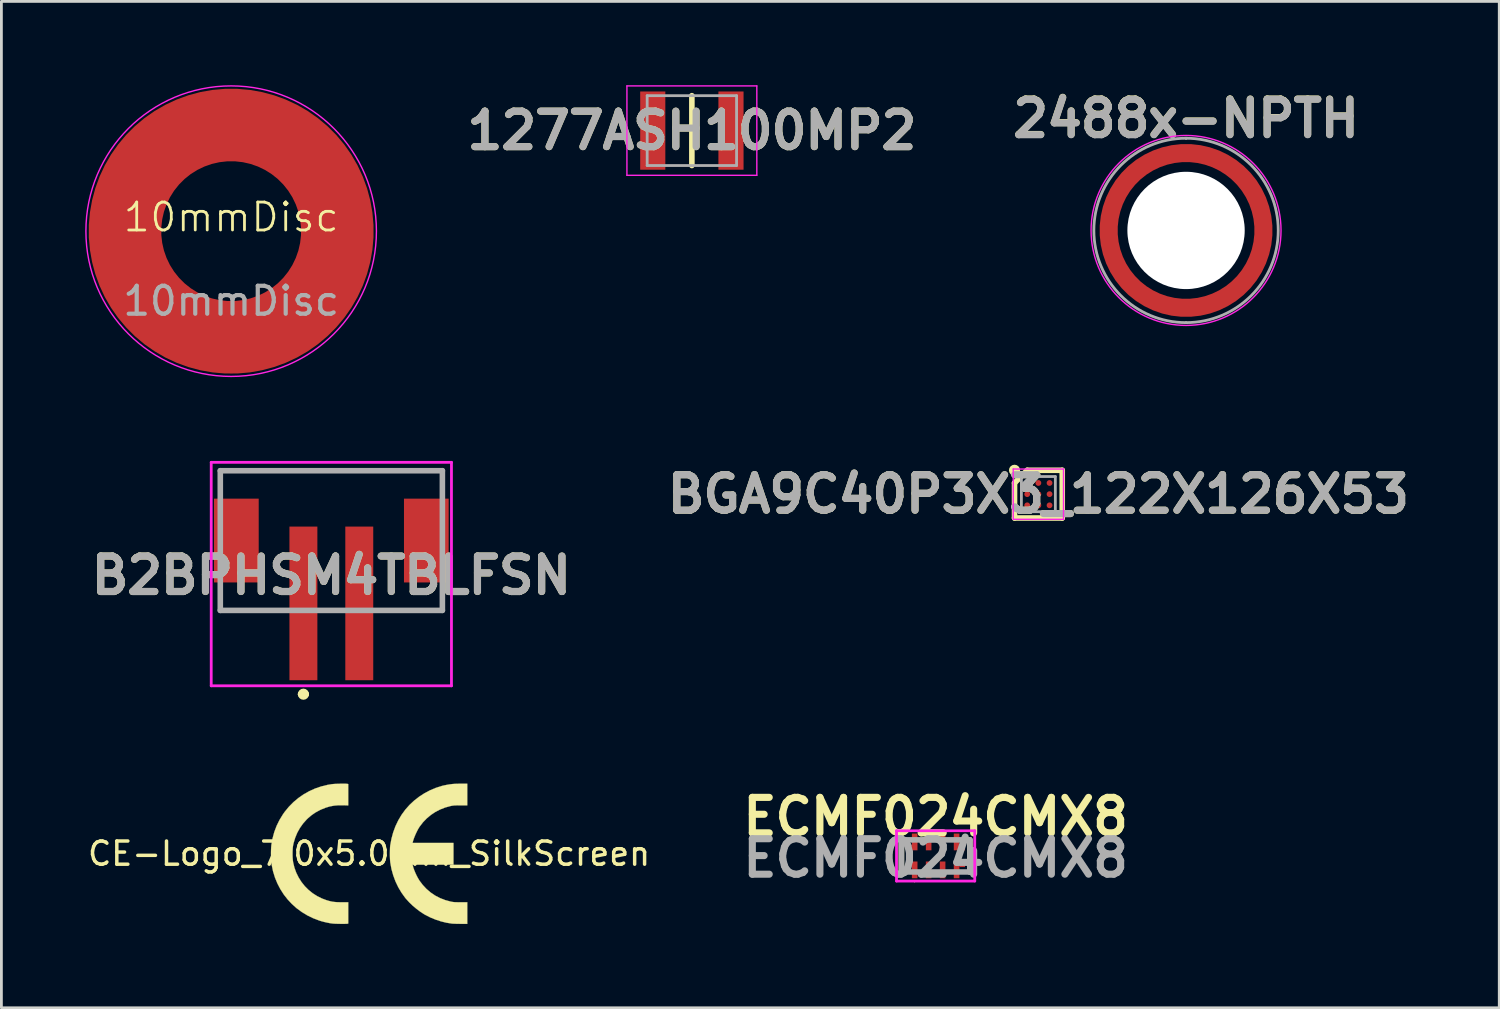
<source format=kicad_pcb>
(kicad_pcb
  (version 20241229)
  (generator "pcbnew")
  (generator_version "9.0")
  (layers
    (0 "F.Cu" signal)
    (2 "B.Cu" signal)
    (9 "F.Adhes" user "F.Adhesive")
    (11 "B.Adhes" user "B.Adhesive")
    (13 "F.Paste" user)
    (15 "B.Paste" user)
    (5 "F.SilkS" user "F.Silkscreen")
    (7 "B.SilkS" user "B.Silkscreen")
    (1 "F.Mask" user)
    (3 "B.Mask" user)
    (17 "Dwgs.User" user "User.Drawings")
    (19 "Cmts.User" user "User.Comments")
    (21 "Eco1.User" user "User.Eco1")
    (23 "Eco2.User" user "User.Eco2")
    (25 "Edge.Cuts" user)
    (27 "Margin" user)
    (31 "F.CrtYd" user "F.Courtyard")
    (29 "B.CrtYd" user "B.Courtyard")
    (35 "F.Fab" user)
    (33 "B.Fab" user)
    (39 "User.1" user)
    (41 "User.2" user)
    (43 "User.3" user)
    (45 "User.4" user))
  (footprint "ECMF024CMX8"
    (layer "F.Cu")
    (at 30.443 27.589)
    (property "Reference" "ECMF024CMX8" (at 0 -1.4 0) (layer "F.SilkS") (effects (font (size 1.27 1.27) (thickness 0.254))))
    (attr smd)
    (fp_line (start -1.225 -0.575) (end -1.225 0.575) (stroke (width 0.2) (type solid)) (layer "F.SilkS"))
    (fp_line (start -0.76 0.955) (end -0.76 0.955) (stroke (width 0.01) (type solid)) (layer "F.SilkS"))
    (fp_line (start -0.75 0.955) (end -0.75 0.955) (stroke (width 0.01) (type solid)) (layer "F.SilkS"))
    (fp_line (start 1.225 -0.575) (end 1.225 0.575) (stroke (width 0.2) (type solid)) (layer "F.SilkS"))
    (fp_arc (start -0.76 0.955) (mid -0.755 0.95) (end -0.75 0.955) (stroke (width 0.0102) (type solid)) (layer "F.SilkS"))
    (fp_arc (start -0.75 0.955) (mid -0.755 0.96) (end -0.76 0.955) (stroke (width 0.0102) (type solid)) (layer "F.SilkS"))
    (fp_line (start -1.4 -0.9) (end 1.4 -0.9) (stroke (width 0.1) (type solid)) (layer "F.CrtYd"))
    (fp_line (start -1.4 0.9) (end -1.4 -0.9) (stroke (width 0.1) (type solid)) (layer "F.CrtYd"))
    (fp_line (start 1.4 -0.9) (end 1.4 0.9) (stroke (width 0.1) (type solid)) (layer "F.CrtYd"))
    (fp_line (start 1.4 0.9) (end -1.4 0.9) (stroke (width 0.1) (type solid)) (layer "F.CrtYd"))
    (fp_line (start -1.225 -0.575) (end 1.225 -0.575) (stroke (width 0.2) (type solid)) (layer "F.Fab"))
    (fp_line (start -1.225 0.575) (end -1.225 -0.575) (stroke (width 0.2) (type solid)) (layer "F.Fab"))
    (fp_line (start 1.225 -0.575) (end 1.225 0.575) (stroke (width 0.2) (type solid)) (layer "F.Fab"))
    (fp_line (start 1.225 0.575) (end -1.225 0.575) (stroke (width 0.2) (type solid)) (layer "F.Fab"))
    (fp_text user "${REFERENCE}" (at 0 0.08 0) (layer "F.Fab") (effects (font (size 1.27 1.27) (thickness 0.254))))
    (pad "1" smd rect (at -0.75 0.5) (size 0.2 0.6) (layers "F.Cu" "F.Mask" "F.Paste"))
    (pad "2" smd rect (at -0.25 0.5) (size 0.2 0.6) (layers "F.Cu" "F.Mask" "F.Paste"))
    (pad "3" smd rect (at 0.25 0.5) (size 0.2 0.6) (layers "F.Cu" "F.Mask" "F.Paste"))
    (pad "4" smd rect (at 0.75 0.5) (size 0.2 0.6) (layers "F.Cu" "F.Mask" "F.Paste"))
    (pad "5" smd rect (at 0.75 -0.5) (size 0.2 0.6) (layers "F.Cu" "F.Mask" "F.Paste"))
    (pad "6" smd rect (at 0.25 -0.5) (size 0.2 0.6) (layers "F.Cu" "F.Mask" "F.Paste"))
    (pad "7" smd rect (at -0.25 -0.5) (size 0.2 0.6) (layers "F.Cu" "F.Mask" "F.Paste"))
    (pad "8" smd rect (at -0.75 -0.5) (size 0.2 0.6) (layers "F.Cu" "F.Mask" "F.Paste"))
    (pad "9" smd rect (at -0.95 -0.3 90) (size 0.2 0.2) (layers "F.Cu" "F.Mask" "F.Paste"))
    (pad "10" smd rect (at -0.95 0.3 90) (size 0.2 0.2) (layers "F.Cu" "F.Mask" "F.Paste"))
    (pad "11" smd rect (at 0.95 0.3 90) (size 0.2 0.2) (layers "F.Cu" "F.Mask" "F.Paste"))
    (pad "12" smd rect (at 0.95 -0.3 90) (size 0.2 0.2) (layers "F.Cu" "F.Mask" "F.Paste")))
  (footprint "BGA9C40P3X3_122X126X53"
    (layer "F.Cu")
    (at 34.121 14.639)
    (property "Reference" "BGA9C40P3X3_122X126X53" (at 0 0 0) (layer "F.SilkS") (effects (font (size 1.27 1.27) (thickness 0.254))))
    (attr smd)
    (fp_line (start -0.854 -0.4) (end -0.4 -0.854) (stroke (width 0.2) (type solid)) (layer "F.SilkS"))
    (fp_line (start -0.854 0.854) (end -0.854 -0.4) (stroke (width 0.2) (type solid)) (layer "F.SilkS"))
    (fp_line (start -0.4 -0.854) (end 0.854 -0.854) (stroke (width 0.2) (type solid)) (layer "F.SilkS"))
    (fp_line (start 0.854 -0.854) (end 0.854 0.854) (stroke (width 0.2) (type solid)) (layer "F.SilkS"))
    (fp_line (start 0.854 0.854) (end -0.854 0.854) (stroke (width 0.2) (type solid)) (layer "F.SilkS"))
    (fp_circle (center -0.854 -0.854) (end -0.854 -0.754) (stroke (width 0.2) (type solid)) (fill no) (layer "F.SilkS"))
    (fp_line (start -0.9 -0.9) (end 0.9 -0.9) (stroke (width 0.05) (type solid)) (layer "F.CrtYd"))
    (fp_line (start -0.9 0.9) (end -0.9 -0.9) (stroke (width 0.05) (type solid)) (layer "F.CrtYd"))
    (fp_line (start 0.9 -0.9) (end 0.9 0.9) (stroke (width 0.05) (type solid)) (layer "F.CrtYd"))
    (fp_line (start 0.9 0.9) (end -0.9 0.9) (stroke (width 0.05) (type solid)) (layer "F.CrtYd"))
    (fp_line (start -0.608 -0.63) (end 0.607 -0.63) (stroke (width 0.1) (type solid)) (layer "F.Fab"))
    (fp_line (start -0.608 -0.315) (end -0.293 -0.63) (stroke (width 0.1) (type solid)) (layer "F.Fab"))
    (fp_line (start -0.608 0.63) (end -0.608 -0.63) (stroke (width 0.1) (type solid)) (layer "F.Fab"))
    (fp_line (start 0.607 -0.63) (end 0.607 0.63) (stroke (width 0.1) (type solid)) (layer "F.Fab"))
    (fp_line (start 0.607 0.63) (end -0.608 0.63) (stroke (width 0.1) (type solid)) (layer "F.Fab"))
    (fp_text user "${REFERENCE}" (at 0 0 0) (layer "F.Fab") (effects (font (size 1.27 1.27) (thickness 0.254))))
    (pad "A1" smd circle (at -0.4 -0.4 90) (size 0.208 0.208) (layers "F.Cu" "F.Mask" "F.Paste"))
    (pad "A2" smd circle (at 0 -0.4 90) (size 0.208 0.208) (layers "F.Cu" "F.Mask" "F.Paste"))
    (pad "A3" smd circle (at 0.4 -0.4 90) (size 0.208 0.208) (layers "F.Cu" "F.Mask" "F.Paste"))
    (pad "B1" smd circle (at -0.4 0 90) (size 0.208 0.208) (layers "F.Cu" "F.Mask" "F.Paste"))
    (pad "B2" smd circle (at 0 0 90) (size 0.208 0.208) (layers "F.Cu" "F.Mask" "F.Paste"))
    (pad "B3" smd circle (at 0.4 0 90) (size 0.208 0.208) (layers "F.Cu" "F.Mask" "F.Paste"))
    (pad "C1" smd circle (at -0.4 0.4 90) (size 0.208 0.208) (layers "F.Cu" "F.Mask" "F.Paste"))
    (pad "C2" smd circle (at 0 0.4 90) (size 0.208 0.208) (layers "F.Cu" "F.Mask" "F.Paste"))
    (pad "C3" smd circle (at 0.4 0.4 90) (size 0.208 0.208) (layers "F.Cu" "F.Mask" "F.Paste")))
  (footprint "2488x-NPTH"
    (layer "F.Cu")
    (at 39.407 5.199)
    (property "Reference" "2488x-NPTH" (at 0 -4.01 0) (layer "F.SilkS") (effects (font (size 1.27 1.27) (thickness 0.254))))
    (attr through_hole)
    (fp_circle (center 0 0) (end 3.4 0) (stroke (width 0.05) (type default)) (fill no) (layer "F.CrtYd"))
    (fp_line (start 0 -3.3) (end 0 -3.3) (stroke (width 0.1) (type solid)) (layer "F.Fab"))
    (fp_arc (start 0 -3.3) (mid 3.3 0) (end 0 3.3) (stroke (width 0.1) (type solid)) (layer "F.Fab"))
    (fp_arc (start 0 3.3) (mid -3.3 0) (end 0 -3.3) (stroke (width 0.1) (type solid)) (layer "F.Fab"))
    (fp_text user "${REFERENCE}" (at 0 -4 0) (layer "F.Fab") (effects (font (size 1.27 1.27) (thickness 0.254))))
    (pad "" np_thru_hole circle (at 0 0) (size 4.2 4.2) (drill 4.2) (layers "*.Cu" "*.Mask"))
    (pad "1" smd custom (at 0 -2.75) (size 0.6 0.6) (layers "F.Cu" "F.Mask" "F.Paste") (options (anchor circle)) (primitives (gr_circle (center 0 2.75) (end 2.77 2.75) (width 0.65) (fill no)))))
  (footprint "10mmDisc"
    (layer "F.Cu")
    (at 5.225 5.225)
    (property "Reference" "10mmDisc" (at 0 -0.5 0) (unlocked yes) (layer "F.SilkS") (effects (font (size 1 1) (thickness 0.1))))
    (attr smd)
    (fp_circle (center 0 0) (end 5.2 0) (stroke (width 0.05) (type default)) (fill no) (layer "F.CrtYd"))
    (fp_text user "${REFERENCE}" (at 0 2.5 0) (unlocked yes) (layer "F.Fab") (effects (font (size 1 1) (thickness 0.15))))
    (pad "1" smd custom (at 0 4.75) (size 0.7 0.7) (layers "F.Cu" "F.Mask" "F.Paste") (options (anchor circle)) (primitives (gr_circle (center 0 -4.75) (end 3.8 -4.75) (width 2.6) (fill no)))))
  (footprint "CE-Logo_7.0x5.0mm_SilkScreen"
    (layer "F.Cu")
    (at 10.163 27.508)
    (property "Reference" "CE-Logo_7.0x5.0mm_SilkScreen" (at 0 0 0) (layer "F.SilkS") (effects (font (size 0.83 0.83) (thickness 0.124))))
    (attr exclude_from_pos_files exclude_from_bom)
    (fp_poly (pts (xy -0.88 -2.503) (xy -0.827 -2.502) (xy -0.788 -2.499) (xy -0.771 -2.497) (xy -0.747 -2.49) (xy -0.747 -1.726) (xy -0.921 -1.732) (xy -1.095 -1.732) (xy -1.256 -1.718) (xy -1.409 -1.689) (xy -1.559 -1.644) (xy -1.71 -1.583) (xy -1.773 -1.553) (xy -1.923 -1.471) (xy -2.058 -1.378) (xy -2.185 -1.271) (xy -2.234 -1.224) (xy -2.364 -1.078) (xy -2.476 -0.92) (xy -2.571 -0.75) (xy -2.646 -0.569) (xy -2.703 -0.379) (xy -2.72 -0.302) (xy -2.73 -0.232) (xy -2.736 -0.147) (xy -2.74 -0.051) (xy -2.74 0.048) (xy -2.737 0.144) (xy -2.73 0.233) (xy -2.72 0.307) (xy -2.719 0.313) (xy -2.673 0.503) (xy -2.607 0.684) (xy -2.522 0.855) (xy -2.421 1.015) (xy -2.303 1.163) (xy -2.169 1.297) (xy -2.022 1.416) (xy -1.861 1.519) (xy -1.688 1.605) (xy -1.536 1.662) (xy -1.451 1.688) (xy -1.372 1.708) (xy -1.295 1.723) (xy -1.214 1.732) (xy -1.124 1.738) (xy -1.02 1.74) (xy -0.974 1.74) (xy -0.747 1.74) (xy -0.747 2.501) (xy -0.771 2.508) (xy -0.792 2.51) (xy -0.831 2.512) (xy -0.884 2.513) (xy -0.947 2.513) (xy -1.016 2.513) (xy -1.086 2.512) (xy -1.155 2.51) (xy -1.217 2.508) (xy -1.269 2.505) (xy -1.306 2.502) (xy -1.307 2.502) (xy -1.4 2.489) (xy -1.506 2.468) (xy -1.616 2.443) (xy -1.722 2.414) (xy -1.789 2.393) (xy -2.009 2.309) (xy -2.217 2.207) (xy -2.413 2.088) (xy -2.596 1.953) (xy -2.764 1.802) (xy -2.918 1.637) (xy -3.057 1.459) (xy -3.179 1.268) (xy -3.284 1.066) (xy -3.371 0.854) (xy -3.439 0.633) (xy -3.487 0.403) (xy -3.498 0.329) (xy -3.505 0.259) (xy -3.51 0.173) (xy -3.512 0.076) (xy -3.513 -0.024) (xy -3.511 -0.123) (xy -3.507 -0.214) (xy -3.501 -0.292) (xy -3.498 -0.318) (xy -3.455 -0.553) (xy -3.393 -0.78) (xy -3.31 -0.998) (xy -3.207 -1.207) (xy -3.085 -1.407) (xy -3.02 -1.499) (xy -2.872 -1.679) (xy -2.709 -1.844) (xy -2.533 -1.992) (xy -2.344 -2.123) (xy -2.144 -2.236) (xy -1.934 -2.331) (xy -1.714 -2.406) (xy -1.487 -2.462) (xy -1.329 -2.488) (xy -1.285 -2.492) (xy -1.228 -2.496) (xy -1.162 -2.499) (xy -1.089 -2.501) (xy -1.016 -2.503) (xy -0.945 -2.503) (xy -0.88 -2.503)) (stroke (width 0.008) (type solid)) (fill yes) (layer "F.SilkS"))
    (fp_poly (pts (xy 3.514 -1.729) (xy 3.269 -1.729) (xy 3.185 -1.729) (xy 3.118 -1.728) (xy 3.064 -1.726) (xy 3.02 -1.722) (xy 2.981 -1.717) (xy 2.942 -1.71) (xy 2.914 -1.704) (xy 2.723 -1.652) (xy 2.541 -1.58) (xy 2.369 -1.491) (xy 2.209 -1.384) (xy 2.062 -1.261) (xy 1.929 -1.123) (xy 1.813 -0.972) (xy 1.792 -0.941) (xy 1.749 -0.869) (xy 1.706 -0.784) (xy 1.663 -0.694) (xy 1.625 -0.603) (xy 1.593 -0.517) (xy 1.57 -0.441) (xy 1.565 -0.42) (xy 1.557 -0.384) (xy 3.02 -0.384) (xy 3.02 0.395) (xy 1.557 0.395) (xy 1.565 0.431) (xy 1.586 0.507) (xy 1.617 0.595) (xy 1.656 0.689) (xy 1.7 0.783) (xy 1.747 0.873) (xy 1.794 0.951) (xy 1.801 0.963) (xy 1.921 1.122) (xy 2.055 1.265) (xy 2.202 1.39) (xy 2.362 1.499) (xy 2.535 1.589) (xy 2.718 1.661) (xy 2.912 1.714) (xy 2.917 1.715) (xy 2.96 1.724) (xy 3 1.73) (xy 3.042 1.735) (xy 3.088 1.738) (xy 3.145 1.739) (xy 3.216 1.74) (xy 3.275 1.74) (xy 3.514 1.74) (xy 3.514 2.514) (xy 3.275 2.513) (xy 3.199 2.512) (xy 3.124 2.511) (xy 3.056 2.508) (xy 3 2.506) (xy 2.96 2.503) (xy 2.954 2.502) (xy 2.767 2.472) (xy 2.574 2.425) (xy 2.382 2.362) (xy 2.194 2.285) (xy 2.017 2.195) (xy 1.971 2.169) (xy 1.835 2.081) (xy 1.698 1.978) (xy 1.563 1.865) (xy 1.438 1.745) (xy 1.327 1.623) (xy 1.296 1.587) (xy 1.163 1.403) (xy 1.045 1.205) (xy 0.945 0.997) (xy 0.864 0.779) (xy 0.801 0.554) (xy 0.759 0.323) (xy 0.757 0.307) (xy 0.751 0.248) (xy 0.747 0.173) (xy 0.744 0.087) (xy 0.744 -0.003) (xy 0.745 -0.093) (xy 0.747 -0.177) (xy 0.751 -0.248) (xy 0.756 -0.296) (xy 0.8 -0.533) (xy 0.862 -0.762) (xy 0.943 -0.981) (xy 1.043 -1.19) (xy 1.16 -1.388) (xy 1.294 -1.572) (xy 1.296 -1.575) (xy 1.446 -1.744) (xy 1.611 -1.898) (xy 1.79 -2.038) (xy 1.981 -2.162) (xy 2.181 -2.268) (xy 2.388 -2.355) (xy 2.601 -2.423) (xy 2.685 -2.443) (xy 2.788 -2.464) (xy 2.883 -2.48) (xy 2.978 -2.492) (xy 3.077 -2.499) (xy 3.188 -2.502) (xy 3.28 -2.503) (xy 3.514 -2.503) (xy 3.514 -1.729)) (stroke (width 0.008) (type solid)) (fill yes) (layer "F.SilkS")))
  (footprint "1277ASH100MP2"
    (layer "F.Cu")
    (at 21.717 1.625)
    (property "Reference" "1277ASH100MP2" (at 0 0 0) (layer "F.SilkS") (effects (font (size 1.27 1.27) (thickness 0.254))))
    (attr smd)
    (fp_line (start 0 -1.25) (end 0 1.25) (stroke (width 0.2) (type solid)) (layer "F.SilkS"))
    (fp_line (start -2.325 -1.6) (end 2.325 -1.6) (stroke (width 0.05) (type solid)) (layer "F.CrtYd"))
    (fp_line (start -2.325 1.6) (end -2.325 -1.6) (stroke (width 0.05) (type solid)) (layer "F.CrtYd"))
    (fp_line (start 2.325 -1.6) (end 2.325 1.6) (stroke (width 0.05) (type solid)) (layer "F.CrtYd"))
    (fp_line (start 2.325 1.6) (end -2.325 1.6) (stroke (width 0.05) (type solid)) (layer "F.CrtYd"))
    (fp_line (start -1.6 -1.25) (end 1.6 -1.25) (stroke (width 0.1) (type solid)) (layer "F.Fab"))
    (fp_line (start -1.6 1.25) (end -1.6 -1.25) (stroke (width 0.1) (type solid)) (layer "F.Fab"))
    (fp_line (start 1.6 -1.25) (end 1.6 1.25) (stroke (width 0.1) (type solid)) (layer "F.Fab"))
    (fp_line (start 1.6 1.25) (end -1.6 1.25) (stroke (width 0.1) (type solid)) (layer "F.Fab"))
    (fp_text user "${REFERENCE}" (at 0 0 0) (layer "F.Fab") (effects (font (size 1.27 1.27) (thickness 0.254))))
    (pad "1" smd rect (at -1.4 0) (size 0.9 2.8) (layers "F.Cu" "F.Mask" "F.Paste"))
    (pad "2" smd rect (at 1.4 0) (size 0.9 2.8) (layers "F.Cu" "F.Mask" "F.Paste")))
  (footprint "B2BPHSM4TBLFSN"
    (layer "F.Cu")
    (at 8.811 16.3)
    (property "Reference" "B2BPHSM4TBLFSN" (at 0 1.25 0) (layer "F.SilkS") (effects (font (size 1.27 1.27) (thickness 0.254))))
    (attr smd)
    (fp_line (start -4 2.5) (end -2 2.5) (stroke (width 0.1) (type solid)) (layer "F.SilkS"))
    (fp_line (start -3.975 -2.5) (end 3.975 -2.5) (stroke (width 0.1) (type solid)) (layer "F.SilkS"))
    (fp_line (start -3.975 -2) (end -3.975 -2.5) (stroke (width 0.1) (type solid)) (layer "F.SilkS"))
    (fp_line (start -3.975 2) (end -4 2.5) (stroke (width 0.1) (type solid)) (layer "F.SilkS"))
    (fp_line (start -1.1 5.5) (end -1.1 5.5) (stroke (width 0.2) (type solid)) (layer "F.SilkS"))
    (fp_line (start -0.9 5.5) (end -0.9 5.5) (stroke (width 0.2) (type solid)) (layer "F.SilkS"))
    (fp_line (start 2 2.5) (end 3.975 2.5) (stroke (width 0.1) (type solid)) (layer "F.SilkS"))
    (fp_line (start 3.975 -2.5) (end 3.975 -2) (stroke (width 0.1) (type solid)) (layer "F.SilkS"))
    (fp_line (start 3.975 2.5) (end 3.975 2) (stroke (width 0.1) (type solid)) (layer "F.SilkS"))
    (fp_arc (start -1.1 5.5) (mid -1 5.4) (end -0.9 5.5) (stroke (width 0.2) (type solid)) (layer "F.SilkS"))
    (fp_arc (start -0.9 5.5) (mid -1 5.6) (end -1.1 5.5) (stroke (width 0.2) (type solid)) (layer "F.SilkS"))
    (fp_line (start -4.3 -2.8) (end 4.3 -2.8) (stroke (width 0.1) (type solid)) (layer "F.CrtYd"))
    (fp_line (start -4.3 5.2) (end -4.3 -2.8) (stroke (width 0.1) (type solid)) (layer "F.CrtYd"))
    (fp_line (start 4.3 -2.8) (end 4.3 5.2) (stroke (width 0.1) (type solid)) (layer "F.CrtYd"))
    (fp_line (start 4.3 5.2) (end -4.3 5.2) (stroke (width 0.1) (type solid)) (layer "F.CrtYd"))
    (fp_line (start -3.975 -2.5) (end 3.975 -2.5) (stroke (width 0.2) (type solid)) (layer "F.Fab"))
    (fp_line (start -3.975 2.5) (end -3.975 -2.5) (stroke (width 0.2) (type solid)) (layer "F.Fab"))
    (fp_line (start 3.975 -2.5) (end 3.975 2.5) (stroke (width 0.2) (type solid)) (layer "F.Fab"))
    (fp_line (start 3.975 2.5) (end -3.975 2.5) (stroke (width 0.2) (type solid)) (layer "F.Fab"))
    (fp_text user "${REFERENCE}" (at 0 1.25 0) (layer "F.Fab") (effects (font (size 1.27 1.27) (thickness 0.254))))
    (pad "1" smd rect (at -1 2.25) (size 1 5.5) (layers "F.Cu" "F.Mask" "F.Paste"))
    (pad "2" smd rect (at 1 2.25) (size 1 5.5) (layers "F.Cu" "F.Mask" "F.Paste"))
    (pad "MP1" smd rect (at -3.4 0) (size 1.6 3) (layers "F.Cu" "F.Mask" "F.Paste"))
    (pad "MP2" smd rect (at 3.4 0) (size 1.6 3) (layers "F.Cu" "F.Mask" "F.Paste")))
  (gr_rect
    (start -3 -3)
    (end 50.619 33.026)
    (stroke (width 0.1) (type default))
    (fill no)
    (layer "Edge.Cuts")))
</source>
